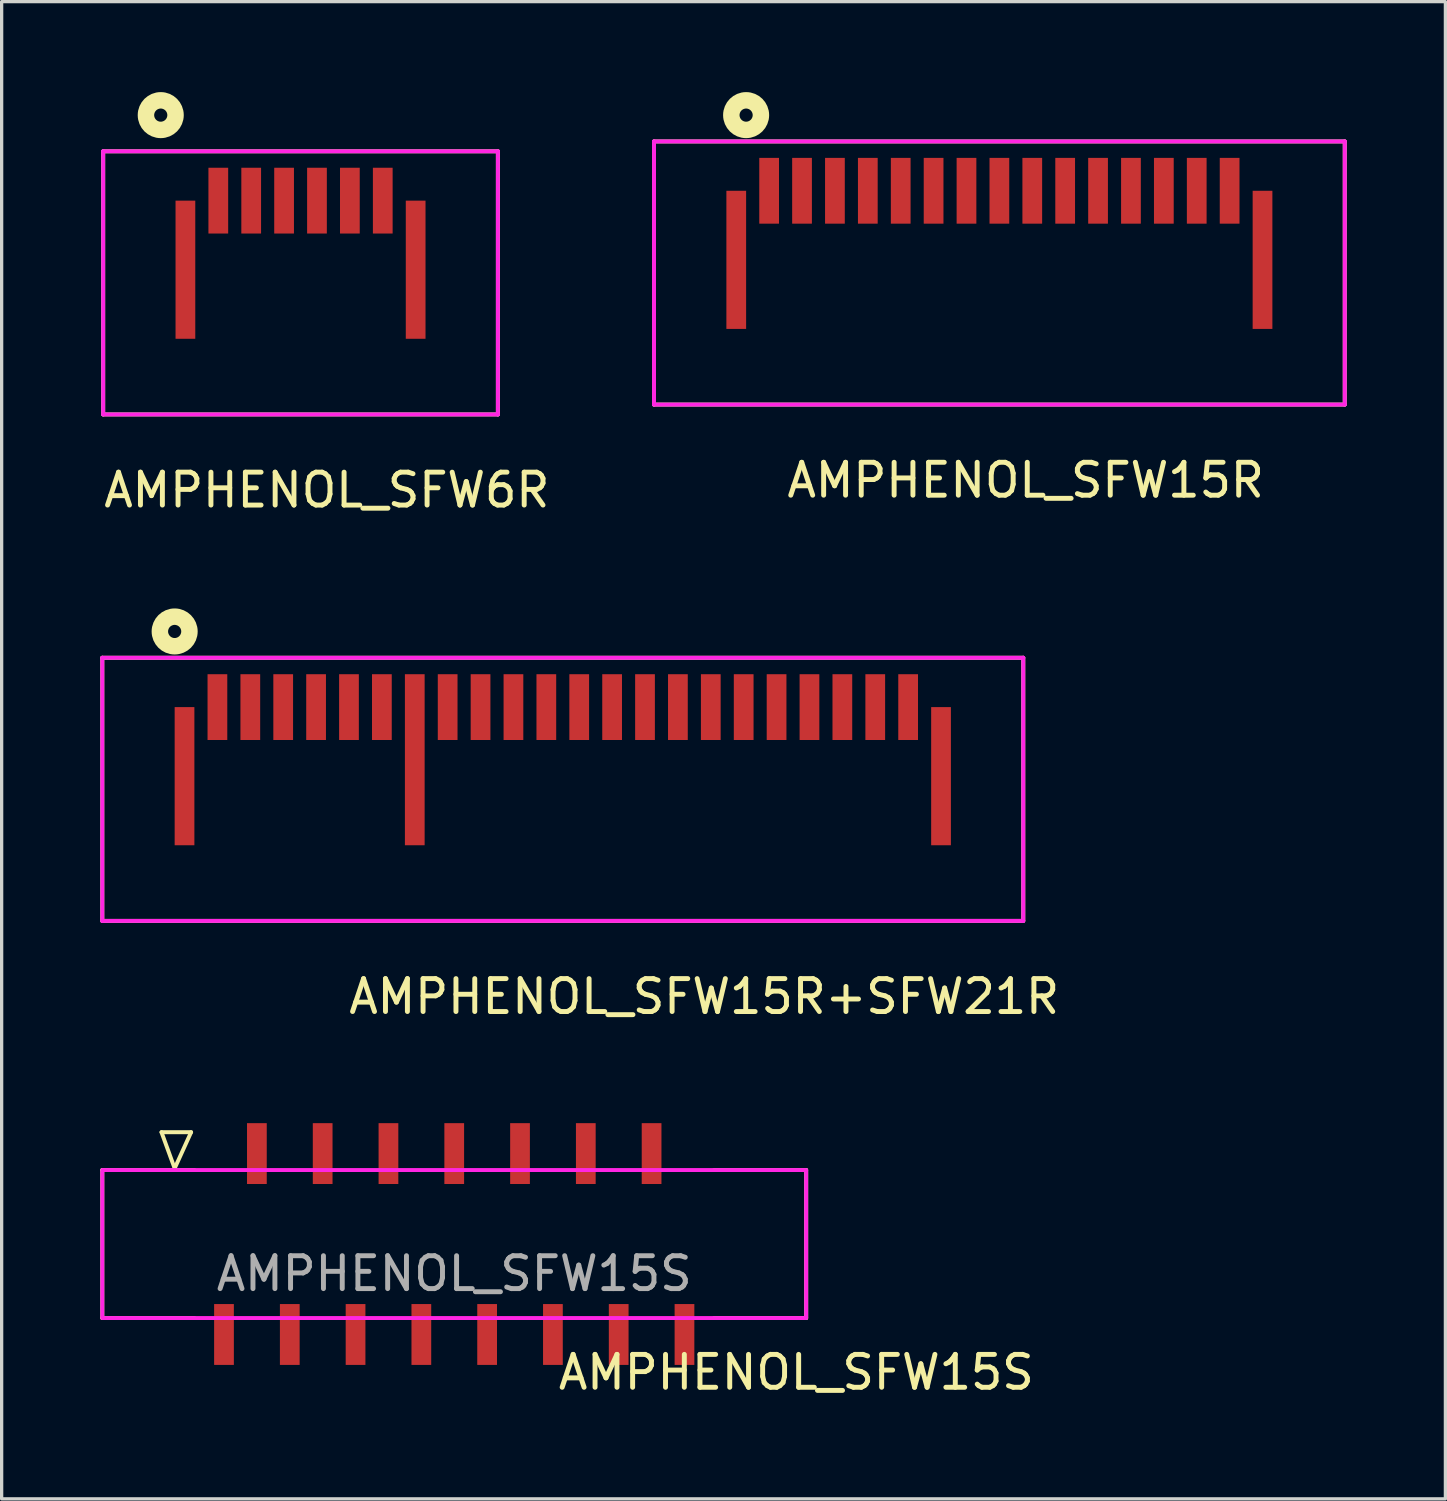
<source format=kicad_pcb>
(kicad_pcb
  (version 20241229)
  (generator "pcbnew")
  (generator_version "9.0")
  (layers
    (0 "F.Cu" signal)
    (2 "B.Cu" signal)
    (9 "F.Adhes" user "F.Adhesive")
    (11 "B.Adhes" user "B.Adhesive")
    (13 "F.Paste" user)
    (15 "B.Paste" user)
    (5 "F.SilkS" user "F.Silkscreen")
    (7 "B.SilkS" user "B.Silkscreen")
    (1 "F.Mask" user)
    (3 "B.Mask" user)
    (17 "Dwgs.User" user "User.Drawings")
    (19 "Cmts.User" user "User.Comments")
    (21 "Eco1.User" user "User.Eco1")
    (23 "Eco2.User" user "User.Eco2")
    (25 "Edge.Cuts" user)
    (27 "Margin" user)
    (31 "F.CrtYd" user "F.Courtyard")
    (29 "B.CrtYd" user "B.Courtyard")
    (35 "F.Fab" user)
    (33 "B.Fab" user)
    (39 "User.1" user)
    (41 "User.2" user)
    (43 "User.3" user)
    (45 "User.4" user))
  (footprint "AMPHENOL_SFW6R"
    (layer "F.Cu")
    (at 6.087 6.15)
    (property "Reference" "AMPHENOL_SFW6R" (at 0.8 5.7 0) (unlocked yes) (layer "F.SilkS") (effects (font (size 1 1) (thickness 0.15))))
    (fp_line (start -6 -4.6) (end -6 3.4) (stroke (width 0.12) (type solid)) (layer "F.SilkS"))
    (fp_line (start -6 -4.6) (end 6 -4.6) (stroke (width 0.12) (type solid)) (layer "F.SilkS"))
    (fp_line (start -6 3.4) (end 6 3.4) (stroke (width 0.12) (type solid)) (layer "F.SilkS"))
    (fp_line (start 6 -4.6) (end 6 3.4) (stroke (width 0.12) (type solid)) (layer "F.SilkS"))
    (fp_circle (center -4.25 -5.7) (end -4.05 -5.7) (stroke (width 0.5) (type solid)) (fill no) (layer "F.SilkS"))
    (fp_line (start -6 -4.6) (end -6 3.4) (stroke (width 0.12) (type solid)) (layer "F.CrtYd"))
    (fp_line (start -6 -4.6) (end 6 -4.6) (stroke (width 0.12) (type solid)) (layer "F.CrtYd"))
    (fp_line (start -6 3.4) (end 6 3.4) (stroke (width 0.12) (type solid)) (layer "F.CrtYd"))
    (fp_line (start 6 -4.6) (end 6 3.4) (stroke (width 0.12) (type solid)) (layer "F.CrtYd"))
    (pad "1" smd rect (at -2.5 -3.1) (size 0.6 2) (layers "F.Cu" "F.Mask" "F.Paste"))
    (pad "2" smd rect (at -1.5 -3.1) (size 0.6 2) (layers "F.Cu" "F.Mask" "F.Paste"))
    (pad "3" smd rect (at -0.5 -3.1) (size 0.6 2) (layers "F.Cu" "F.Mask" "F.Paste"))
    (pad "4" smd rect (at 0.5 -3.1) (size 0.6 2) (layers "F.Cu" "F.Mask" "F.Paste"))
    (pad "5" smd rect (at 1.5 -3.1) (size 0.6 2) (layers "F.Cu" "F.Mask" "F.Paste"))
    (pad "6" smd rect (at 2.5 -3.1) (size 0.6 2) (layers "F.Cu" "F.Mask" "F.Paste"))
    (pad "7" smd rect (at -3.5 -1) (size 0.6 4.2) (layers "F.Cu" "F.Mask" "F.Paste"))
    (pad "7" smd rect (at 3.5 -1) (size 0.6 4.2) (layers "F.Cu" "F.Mask" "F.Paste")))
  (footprint "AMPHENOL_SFW15R"
    (layer "F.Cu")
    (at 27.134 5.85)
    (property "Reference" "AMPHENOL_SFW15R" (at 1 5.7 0) (unlocked yes) (layer "F.SilkS") (effects (font (size 1 1) (thickness 0.15))))
    (attr through_hole)
    (fp_line (start -10.3 -4.6) (end -10.3 3.4) (stroke (width 0.12) (type solid)) (layer "F.SilkS"))
    (fp_line (start -10.3 -4.6) (end 10.7 -4.6) (stroke (width 0.12) (type solid)) (layer "F.SilkS"))
    (fp_line (start -10.3 3.4) (end 10.7 3.4) (stroke (width 0.12) (type solid)) (layer "F.SilkS"))
    (fp_line (start 10.7 -4.6) (end 10.7 3.4) (stroke (width 0.12) (type solid)) (layer "F.SilkS"))
    (fp_circle (center -7.5 -5.4) (end -7.3 -5.4) (stroke (width 0.5) (type solid)) (fill no) (layer "F.SilkS"))
    (fp_line (start -10.3 -4.6) (end -10.3 3.4) (stroke (width 0.12) (type solid)) (layer "F.CrtYd"))
    (fp_line (start -10.3 -4.6) (end 10.7 -4.6) (stroke (width 0.12) (type solid)) (layer "F.CrtYd"))
    (fp_line (start -10.3 3.4) (end 10.7 3.4) (stroke (width 0.12) (type solid)) (layer "F.CrtYd"))
    (fp_line (start 10.7 -4.6) (end 10.7 3.4) (stroke (width 0.12) (type solid)) (layer "F.CrtYd"))
    (pad "1" smd rect (at -6.8 -3.1) (size 0.6 2) (layers "F.Cu" "F.Mask" "F.Paste"))
    (pad "2" smd rect (at -5.8 -3.1) (size 0.6 2) (layers "F.Cu" "F.Mask" "F.Paste"))
    (pad "3" smd rect (at -4.8 -3.1) (size 0.6 2) (layers "F.Cu" "F.Mask" "F.Paste"))
    (pad "4" smd rect (at -3.8 -3.1) (size 0.6 2) (layers "F.Cu" "F.Mask" "F.Paste"))
    (pad "5" smd rect (at -2.8 -3.1) (size 0.6 2) (layers "F.Cu" "F.Mask" "F.Paste"))
    (pad "6" smd rect (at -1.8 -3.1) (size 0.6 2) (layers "F.Cu" "F.Mask" "F.Paste"))
    (pad "7" smd rect (at -0.8 -3.1) (size 0.6 2) (layers "F.Cu" "F.Mask" "F.Paste"))
    (pad "8" smd rect (at 0.2 -3.1) (size 0.6 2) (layers "F.Cu" "F.Mask" "F.Paste"))
    (pad "9" smd rect (at 1.2 -3.1) (size 0.6 2) (layers "F.Cu" "F.Mask" "F.Paste"))
    (pad "10" smd rect (at 2.2 -3.1) (size 0.6 2) (layers "F.Cu" "F.Mask" "F.Paste"))
    (pad "11" smd rect (at 3.2 -3.1) (size 0.6 2) (layers "F.Cu" "F.Mask" "F.Paste"))
    (pad "12" smd rect (at 4.2 -3.1) (size 0.6 2) (layers "F.Cu" "F.Mask" "F.Paste"))
    (pad "13" smd rect (at 5.2 -3.1) (size 0.6 2) (layers "F.Cu" "F.Mask" "F.Paste"))
    (pad "14" smd rect (at 6.2 -3.1) (size 0.6 2) (layers "F.Cu" "F.Mask" "F.Paste"))
    (pad "15" smd rect (at 7.2 -3.1) (size 0.6 2) (layers "F.Cu" "F.Mask" "F.Paste"))
    (pad "16" smd rect (at -7.8 -1) (size 0.6 4.2) (layers "F.Cu" "F.Mask" "F.Paste"))
    (pad "16" smd rect (at 8.2 -1) (size 0.6 4.2) (layers "F.Cu" "F.Mask" "F.Paste")))
  (footprint "AMPHENOL_SFW15S"
    (layer "F.Cu")
    (at 10.76 34.772)
    (property "Reference" "AMPHENOL_SFW15S" (at 10.4 3.9 0) (unlocked yes) (layer "F.SilkS") (effects (font (size 1 1) (thickness 0.15))))
    (fp_line (start -10.7 -2.25) (end -10.7 2.25) (stroke (width 0.12) (type solid)) (layer "F.SilkS"))
    (fp_line (start -10.7 -2.25) (end -7.9 -2.25) (stroke (width 0.12) (type solid)) (layer "F.SilkS"))
    (fp_line (start -10.7 2.25) (end -7.9 2.25) (stroke (width 0.12) (type solid)) (layer "F.SilkS"))
    (fp_line (start -8.9 -3.4) (end -8.5 -2.3) (stroke (width 0.12) (type solid)) (layer "F.SilkS"))
    (fp_line (start -8.5 -2.3) (end -8 -3.4) (stroke (width 0.12) (type solid)) (layer "F.SilkS"))
    (fp_line (start -8 -3.4) (end -8.9 -3.4) (stroke (width 0.12) (type solid)) (layer "F.SilkS"))
    (fp_line (start 7.9 -2.25) (end 10.7 -2.25) (stroke (width 0.12) (type solid)) (layer "F.SilkS"))
    (fp_line (start 7.9 2.25) (end 10.7 2.25) (stroke (width 0.12) (type solid)) (layer "F.SilkS"))
    (fp_line (start 10.7 -2.25) (end 10.7 2.25) (stroke (width 0.12) (type solid)) (layer "F.SilkS"))
    (fp_rect (start -10.7 -2.25) (end 10.7 2.25) (stroke (width 0.12) (type solid)) (fill no) (layer "F.CrtYd"))
    (fp_text user "${REFERENCE}" (at 0 0.9 0) (unlocked yes) (layer "F.Fab") (effects (font (size 1 1) (thickness 0.15))))
    (pad "1" smd rect (at -7 2.75) (size 0.6 1.85) (layers "F.Cu" "F.Mask" "F.Paste"))
    (pad "2" smd rect (at -6 -2.75) (size 0.6 1.85) (layers "F.Cu" "F.Mask" "F.Paste"))
    (pad "3" smd rect (at -5 2.75) (size 0.6 1.85) (layers "F.Cu" "F.Mask" "F.Paste"))
    (pad "4" smd rect (at -4 -2.75) (size 0.6 1.85) (layers "F.Cu" "F.Mask" "F.Paste"))
    (pad "5" smd rect (at -3 2.75) (size 0.6 1.85) (layers "F.Cu" "F.Mask" "F.Paste"))
    (pad "6" smd rect (at -2 -2.75) (size 0.6 1.85) (layers "F.Cu" "F.Mask" "F.Paste"))
    (pad "7" smd rect (at -1 2.75) (size 0.6 1.85) (layers "F.Cu" "F.Mask" "F.Paste"))
    (pad "8" smd rect (at 0 -2.75) (size 0.6 1.85) (layers "F.Cu" "F.Mask" "F.Paste"))
    (pad "9" smd rect (at 1 2.75) (size 0.6 1.85) (layers "F.Cu" "F.Mask" "F.Paste"))
    (pad "10" smd rect (at 2 -2.75) (size 0.6 1.85) (layers "F.Cu" "F.Mask" "F.Paste"))
    (pad "11" smd rect (at 3 2.75) (size 0.6 1.85) (layers "F.Cu" "F.Mask" "F.Paste"))
    (pad "12" smd rect (at 4 -2.75) (size 0.6 1.85) (layers "F.Cu" "F.Mask" "F.Paste"))
    (pad "13" smd rect (at 5 2.75) (size 0.6 1.85) (layers "F.Cu" "F.Mask" "F.Paste"))
    (pad "14" smd rect (at 6 -2.75) (size 0.6 1.85) (layers "F.Cu" "F.Mask" "F.Paste"))
    (pad "15" smd rect (at 7 2.75) (size 0.6 1.85) (layers "F.Cu" "F.Mask" "F.Paste")))
  (footprint "AMPHENOL_SFW15R+SFW21R"
    (layer "F.Cu")
    (at 13.96 21.448)
    (property "Reference" "AMPHENOL_SFW15R+SFW21R" (at 4.4 5.8 0) (unlocked yes) (layer "F.SilkS") (effects (font (size 1 1) (thickness 0.15))))
    (attr through_hole)
    (fp_line (start -13.9 -4.5) (end -13.9 3.5) (stroke (width 0.12) (type solid)) (layer "F.SilkS"))
    (fp_line (start -13.9 -4.5) (end 14.1 -4.5) (stroke (width 0.12) (type solid)) (layer "F.SilkS"))
    (fp_line (start -13.9 3.5) (end 14.1 3.5) (stroke (width 0.12) (type solid)) (layer "F.SilkS"))
    (fp_line (start 14.1 -4.5) (end 14.1 3.5) (stroke (width 0.12) (type solid)) (layer "F.SilkS"))
    (fp_circle (center -11.7 -5.3) (end -11.5 -5.3) (stroke (width 0.5) (type solid)) (fill no) (layer "F.SilkS"))
    (fp_line (start -13.9 -4.5) (end -13.9 3.5) (stroke (width 0.12) (type solid)) (layer "F.CrtYd"))
    (fp_line (start -13.9 -4.5) (end 14.1 -4.5) (stroke (width 0.12) (type solid)) (layer "F.CrtYd"))
    (fp_line (start -13.9 3.5) (end 14.1 3.5) (stroke (width 0.12) (type solid)) (layer "F.CrtYd"))
    (fp_line (start 14.1 -4.5) (end 14.1 3.5) (stroke (width 0.12) (type solid)) (layer "F.CrtYd"))
    (pad "1" smd rect (at -10.4 -3) (size 0.6 2) (layers "F.Cu" "F.Mask" "F.Paste"))
    (pad "2" smd rect (at -9.4 -3) (size 0.6 2) (layers "F.Cu" "F.Mask" "F.Paste"))
    (pad "3" smd rect (at -8.4 -3) (size 0.6 2) (layers "F.Cu" "F.Mask" "F.Paste"))
    (pad "4" smd rect (at -7.4 -3) (size 0.6 2) (layers "F.Cu" "F.Mask" "F.Paste"))
    (pad "5" smd rect (at -6.4 -3) (size 0.6 2) (layers "F.Cu" "F.Mask" "F.Paste"))
    (pad "6" smd rect (at -5.4 -3) (size 0.6 2) (layers "F.Cu" "F.Mask" "F.Paste"))
    (pad "7" smd rect (at -4.4 -1.4) (size 0.6 5.2) (layers "F.Cu" "F.Mask" "F.Paste"))
    (pad "8" smd rect (at -3.4 -3) (size 0.6 2) (layers "F.Cu" "F.Mask" "F.Paste"))
    (pad "9" smd rect (at -2.4 -3) (size 0.6 2) (layers "F.Cu" "F.Mask" "F.Paste"))
    (pad "10" smd rect (at -1.4 -3) (size 0.6 2) (layers "F.Cu" "F.Mask" "F.Paste"))
    (pad "11" smd rect (at -0.4 -3) (size 0.6 2) (layers "F.Cu" "F.Mask" "F.Paste"))
    (pad "12" smd rect (at 0.6 -3) (size 0.6 2) (layers "F.Cu" "F.Mask" "F.Paste"))
    (pad "13" smd rect (at 1.6 -3) (size 0.6 2) (layers "F.Cu" "F.Mask" "F.Paste"))
    (pad "14" smd rect (at 2.6 -3) (size 0.6 2) (layers "F.Cu" "F.Mask" "F.Paste"))
    (pad "15" smd rect (at 3.6 -3) (size 0.6 2) (layers "F.Cu" "F.Mask" "F.Paste"))
    (pad "16" smd rect (at 4.6 -3) (size 0.6 2) (layers "F.Cu" "F.Mask" "F.Paste"))
    (pad "17" smd rect (at 5.6 -3) (size 0.6 2) (layers "F.Cu" "F.Mask" "F.Paste"))
    (pad "18" smd rect (at 6.6 -3) (size 0.6 2) (layers "F.Cu" "F.Mask" "F.Paste"))
    (pad "19" smd rect (at 7.6 -3) (size 0.6 2) (layers "F.Cu" "F.Mask" "F.Paste"))
    (pad "20" smd rect (at 8.6 -3) (size 0.6 2) (layers "F.Cu" "F.Mask" "F.Paste"))
    (pad "21" smd rect (at 9.6 -3) (size 0.6 2) (layers "F.Cu" "F.Mask" "F.Paste"))
    (pad "22" smd rect (at 10.6 -3) (size 0.6 2) (layers "F.Cu" "F.Mask" "F.Paste"))
    (pad "23" smd rect (at -11.4 -0.9) (size 0.6 4.2) (layers "F.Cu" "F.Mask" "F.Paste"))
    (pad "23" smd rect (at 11.6 -0.9) (size 0.6 4.2) (layers "F.Cu" "F.Mask" "F.Paste")))
  (gr_rect
    (start -3 -3)
    (end 40.894 42.52)
    (stroke (width 0.1) (type default))
    (fill no)
    (layer "Edge.Cuts")))
</source>
